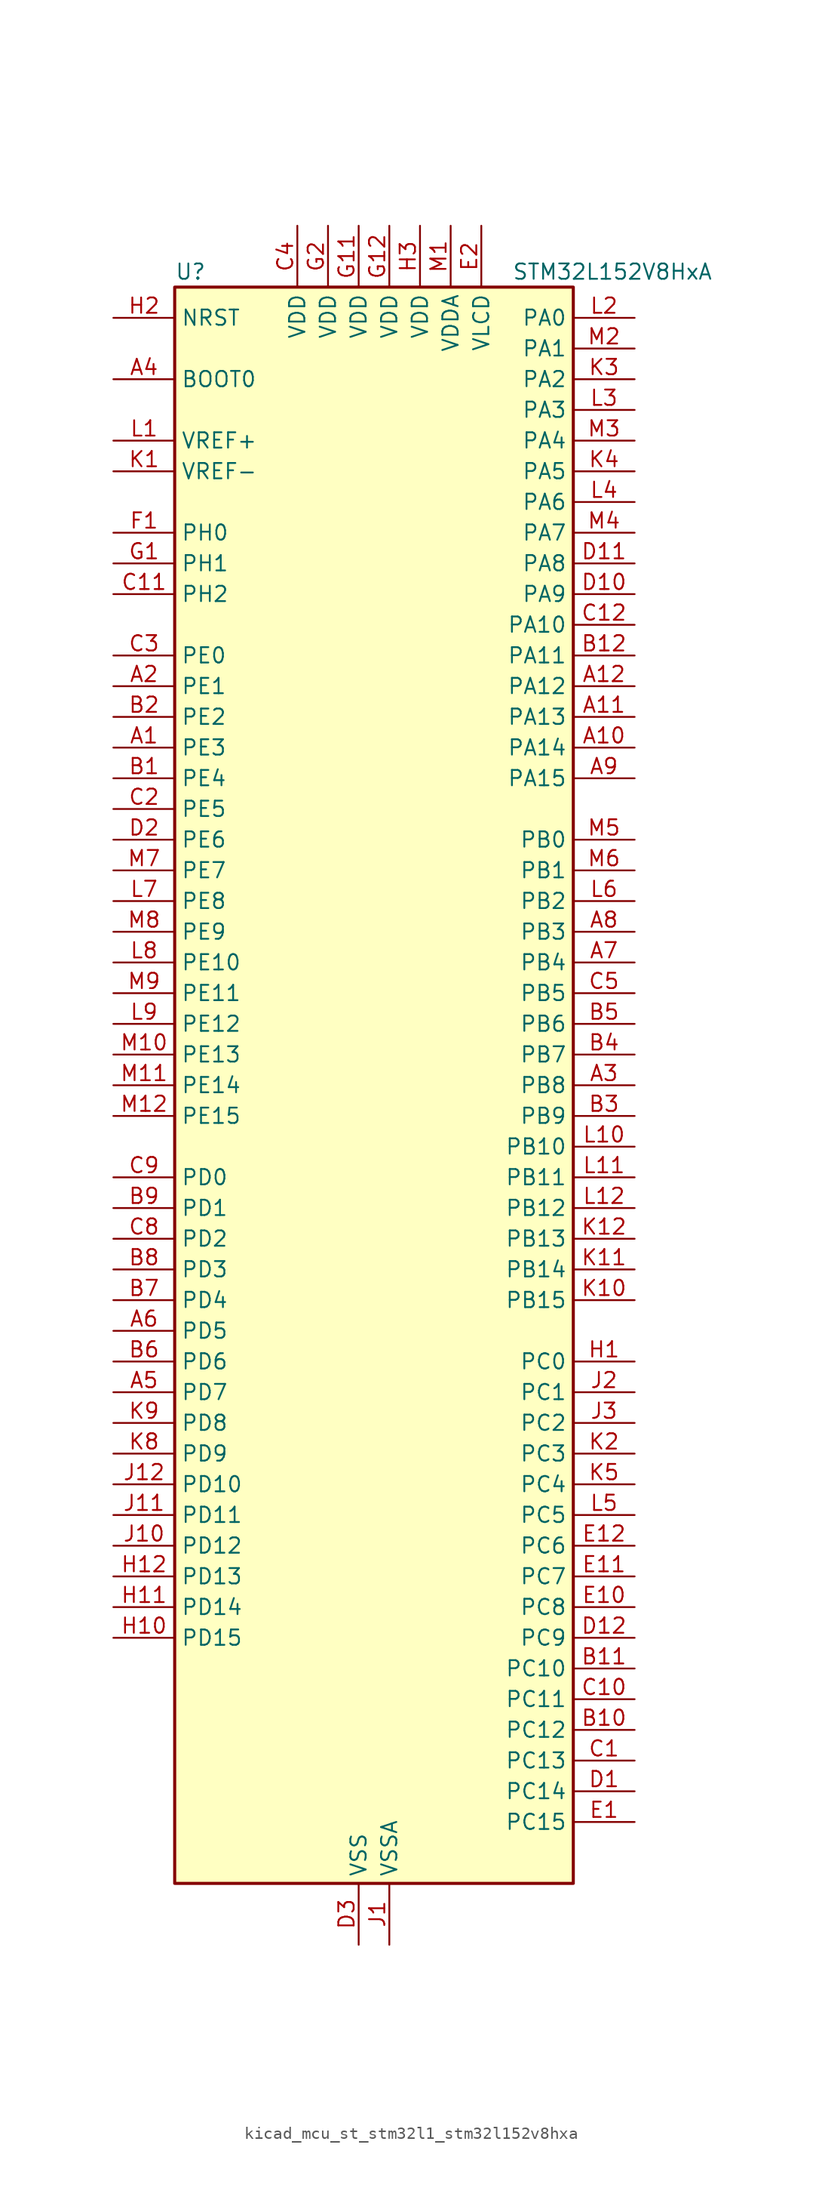
<source format=kicad_sym>
(kicad_symbol_lib
  (version 20220914)
  (generator kicad_symbol_editor)
  (symbol "kicad_mcu_st_stm32l1_stm32l152v8hxa"
    (property "Reference" "U"
      (at -15.24 67.31 0)
      (effects (font (size 1.27 1.27)) (justify left)))
    (property "Value" "STM32L152V8HxA"
      (at 12.7 67.31 0)
      (effects (font (size 1.27 1.27)) (justify left)))
    (property "ki_locked" ""
      (at 0 0 0)
      (effects (font (size 1.27 1.27))))
    (symbol "kicad_mcu_st_stm32l1_stm32l152v8hxa_0_1"
      (rectangle (start -15.24 -66.04) (end 17.78 66.04) (stroke (width 0.254) (type default)) (fill (type background))))
    (symbol "kicad_mcu_st_stm32l1_stm32l152v8hxa_1_1"
      (pin bidirectional line (at -20.32 27.94 0) (length 5.08) (name "PE3" (effects (font (size 1.27 1.27)))) (number "A1" (effects (font (size 1.27 1.27)))) (alternate "LCD_SEG39" bidirectional line) (alternate "SYS_TRACED0" bidirectional line) (alternate "TIM3_CH1" bidirectional line) (alternate "TIMX_IC4" bidirectional line))
      (pin bidirectional line (at 22.86 27.94 180) (length 5.08) (name "PA14" (effects (font (size 1.27 1.27)))) (number "A10" (effects (font (size 1.27 1.27)))) (alternate "SYS_JTCK-SWCLK" bidirectional line) (alternate "TIMX_IC3" bidirectional line) (alternate "TS_G5_IO2" bidirectional line))
      (pin bidirectional line (at 22.86 30.48 180) (length 5.08) (name "PA13" (effects (font (size 1.27 1.27)))) (number "A11" (effects (font (size 1.27 1.27)))) (alternate "SYS_JTMS-SWDIO" bidirectional line) (alternate "TIMX_IC2" bidirectional line) (alternate "TS_G5_IO1" bidirectional line))
      (pin bidirectional line (at 22.86 33.02 180) (length 5.08) (name "PA12" (effects (font (size 1.27 1.27)))) (number "A12" (effects (font (size 1.27 1.27)))) (alternate "SPI1_MOSI" bidirectional line) (alternate "TIMX_IC1" bidirectional line) (alternate "USART1_RTS" bidirectional line) (alternate "USB_DP" bidirectional line))
      (pin bidirectional line (at -20.32 33.02 0) (length 5.08) (name "PE1" (effects (font (size 1.27 1.27)))) (number "A2" (effects (font (size 1.27 1.27)))) (alternate "LCD_SEG37" bidirectional line) (alternate "TIM11_CH1" bidirectional line) (alternate "TIMX_IC2" bidirectional line))
      (pin bidirectional line (at 22.86 0 180) (length 5.08) (name "PB8" (effects (font (size 1.27 1.27)))) (number "A3" (effects (font (size 1.27 1.27)))) (alternate "I2C1_SCL" bidirectional line) (alternate "LCD_SEG16" bidirectional line) (alternate "TIM10_CH1" bidirectional line) (alternate "TIM4_CH3" bidirectional line))
      (pin input line (at -20.32 58.42 0) (length 5.08) (name "BOOT0" (effects (font (size 1.27 1.27)))) (number "A4" (effects (font (size 1.27 1.27)))))
      (pin bidirectional line (at -20.32 -25.4 0) (length 5.08) (name "PD7" (effects (font (size 1.27 1.27)))) (number "A5" (effects (font (size 1.27 1.27)))) (alternate "TIM9_CH2" bidirectional line) (alternate "TIMX_IC4" bidirectional line) (alternate "USART2_CK" bidirectional line))
      (pin bidirectional line (at -20.32 -20.32 0) (length 5.08) (name "PD5" (effects (font (size 1.27 1.27)))) (number "A6" (effects (font (size 1.27 1.27)))) (alternate "TIMX_IC2" bidirectional line) (alternate "USART2_TX" bidirectional line))
      (pin bidirectional line (at 22.86 10.16 180) (length 5.08) (name "PB4" (effects (font (size 1.27 1.27)))) (number "A7" (effects (font (size 1.27 1.27)))) (alternate "COMP2_INP" bidirectional line) (alternate "LCD_SEG8" bidirectional line) (alternate "SPI1_MISO" bidirectional line) (alternate "SYS_JTRST" bidirectional line) (alternate "TIM3_CH1" bidirectional line) (alternate "TS_G6_IO1" bidirectional line))
      (pin bidirectional line (at 22.86 12.7 180) (length 5.08) (name "PB3" (effects (font (size 1.27 1.27)))) (number "A8" (effects (font (size 1.27 1.27)))) (alternate "COMP2_INM" bidirectional line) (alternate "LCD_SEG7" bidirectional line) (alternate "SPI1_SCK" bidirectional line) (alternate "SYS_JTDO-TRACESWO" bidirectional line) (alternate "TIM2_CH2" bidirectional line))
      (pin bidirectional line (at 22.86 25.4 180) (length 5.08) (name "PA15" (effects (font (size 1.27 1.27)))) (number "A9" (effects (font (size 1.27 1.27)))) (alternate "ADC_EXTI15" bidirectional line) (alternate "LCD_SEG17" bidirectional line) (alternate "SPI1_NSS" bidirectional line) (alternate "SYS_JTDI" bidirectional line) (alternate "TIM2_CH1" bidirectional line) (alternate "TIM2_ETR" bidirectional line) (alternate "TIMX_IC4" bidirectional line) (alternate "TS_G5_IO3" bidirectional line))
      (pin bidirectional line (at -20.32 25.4 0) (length 5.08) (name "PE4" (effects (font (size 1.27 1.27)))) (number "B1" (effects (font (size 1.27 1.27)))) (alternate "SYS_TRACED1" bidirectional line) (alternate "TIM3_CH2" bidirectional line) (alternate "TIMX_IC1" bidirectional line))
      (pin bidirectional line (at 22.86 -53.34 180) (length 5.08) (name "PC12" (effects (font (size 1.27 1.27)))) (number "B10" (effects (font (size 1.27 1.27)))) (alternate "LCD_COM6" bidirectional line) (alternate "LCD_SEG30" bidirectional line) (alternate "LCD_SEG42" bidirectional line) (alternate "TIMX_IC1" bidirectional line) (alternate "USART3_CK" bidirectional line))
      (pin bidirectional line (at 22.86 -48.26 180) (length 5.08) (name "PC10" (effects (font (size 1.27 1.27)))) (number "B11" (effects (font (size 1.27 1.27)))) (alternate "LCD_COM4" bidirectional line) (alternate "LCD_SEG28" bidirectional line) (alternate "LCD_SEG40" bidirectional line) (alternate "TIMX_IC3" bidirectional line) (alternate "USART3_TX" bidirectional line))
      (pin bidirectional line (at 22.86 35.56 180) (length 5.08) (name "PA11" (effects (font (size 1.27 1.27)))) (number "B12" (effects (font (size 1.27 1.27)))) (alternate "ADC_EXTI11" bidirectional line) (alternate "SPI1_MISO" bidirectional line) (alternate "TIMX_IC4" bidirectional line) (alternate "USART1_CTS" bidirectional line) (alternate "USB_DM" bidirectional line))
      (pin bidirectional line (at -20.32 30.48 0) (length 5.08) (name "PE2" (effects (font (size 1.27 1.27)))) (number "B2" (effects (font (size 1.27 1.27)))) (alternate "LCD_SEG38" bidirectional line) (alternate "SYS_TRACECK" bidirectional line) (alternate "TIM3_ETR" bidirectional line) (alternate "TIMX_IC3" bidirectional line))
      (pin bidirectional line (at 22.86 -2.54 180) (length 5.08) (name "PB9" (effects (font (size 1.27 1.27)))) (number "B3" (effects (font (size 1.27 1.27)))) (alternate "DAC_EXTI9" bidirectional line) (alternate "I2C1_SDA" bidirectional line) (alternate "LCD_COM3" bidirectional line) (alternate "TIM11_CH1" bidirectional line) (alternate "TIM4_CH4" bidirectional line))
      (pin bidirectional line (at 22.86 2.54 180) (length 5.08) (name "PB7" (effects (font (size 1.27 1.27)))) (number "B4" (effects (font (size 1.27 1.27)))) (alternate "I2C1_SDA" bidirectional line) (alternate "SYS_PVD_IN" bidirectional line) (alternate "TIM4_CH2" bidirectional line) (alternate "TS_G6_IO4" bidirectional line) (alternate "USART1_RX" bidirectional line))
      (pin bidirectional line (at 22.86 5.08 180) (length 5.08) (name "PB6" (effects (font (size 1.27 1.27)))) (number "B5" (effects (font (size 1.27 1.27)))) (alternate "I2C1_SCL" bidirectional line) (alternate "TIM4_CH1" bidirectional line) (alternate "TS_G6_IO3" bidirectional line) (alternate "USART1_TX" bidirectional line))
      (pin bidirectional line (at -20.32 -22.86 0) (length 5.08) (name "PD6" (effects (font (size 1.27 1.27)))) (number "B6" (effects (font (size 1.27 1.27)))) (alternate "TIMX_IC3" bidirectional line) (alternate "USART2_RX" bidirectional line))
      (pin bidirectional line (at -20.32 -17.78 0) (length 5.08) (name "PD4" (effects (font (size 1.27 1.27)))) (number "B7" (effects (font (size 1.27 1.27)))) (alternate "SPI2_MOSI" bidirectional line) (alternate "TIMX_IC1" bidirectional line) (alternate "USART2_RTS" bidirectional line))
      (pin bidirectional line (at -20.32 -15.24 0) (length 5.08) (name "PD3" (effects (font (size 1.27 1.27)))) (number "B8" (effects (font (size 1.27 1.27)))) (alternate "SPI2_MISO" bidirectional line) (alternate "TIMX_IC4" bidirectional line) (alternate "USART2_CTS" bidirectional line))
      (pin bidirectional line (at -20.32 -10.16 0) (length 5.08) (name "PD1" (effects (font (size 1.27 1.27)))) (number "B9" (effects (font (size 1.27 1.27)))) (alternate "SPI2_SCK" bidirectional line) (alternate "TIMX_IC2" bidirectional line))
      (pin bidirectional line (at 22.86 -55.88 180) (length 5.08) (name "PC13" (effects (font (size 1.27 1.27)))) (number "C1" (effects (font (size 1.27 1.27)))) (alternate "RTC_OUT_ALARM" bidirectional line) (alternate "RTC_OUT_CALIB" bidirectional line) (alternate "RTC_TAMP1" bidirectional line) (alternate "RTC_TS" bidirectional line) (alternate "SYS_WKUP2" bidirectional line) (alternate "TIMX_IC2" bidirectional line))
      (pin bidirectional line (at 22.86 -50.8 180) (length 5.08) (name "PC11" (effects (font (size 1.27 1.27)))) (number "C10" (effects (font (size 1.27 1.27)))) (alternate "ADC_EXTI11" bidirectional line) (alternate "LCD_COM5" bidirectional line) (alternate "LCD_SEG29" bidirectional line) (alternate "LCD_SEG41" bidirectional line) (alternate "TIMX_IC4" bidirectional line) (alternate "USART3_RX" bidirectional line))
      (pin bidirectional line (at -20.32 40.64 0) (length 5.08) (name "PH2" (effects (font (size 1.27 1.27)))) (number "C11" (effects (font (size 1.27 1.27)))))
      (pin bidirectional line (at 22.86 38.1 180) (length 5.08) (name "PA10" (effects (font (size 1.27 1.27)))) (number "C12" (effects (font (size 1.27 1.27)))) (alternate "LCD_COM2" bidirectional line) (alternate "TIMX_IC3" bidirectional line) (alternate "TS_G4_IO3" bidirectional line) (alternate "USART1_RX" bidirectional line))
      (pin bidirectional line (at -20.32 22.86 0) (length 5.08) (name "PE5" (effects (font (size 1.27 1.27)))) (number "C2" (effects (font (size 1.27 1.27)))) (alternate "SYS_TRACED2" bidirectional line) (alternate "TIM9_CH1" bidirectional line) (alternate "TIMX_IC2" bidirectional line))
      (pin bidirectional line (at -20.32 35.56 0) (length 5.08) (name "PE0" (effects (font (size 1.27 1.27)))) (number "C3" (effects (font (size 1.27 1.27)))) (alternate "LCD_SEG36" bidirectional line) (alternate "TIM10_CH1" bidirectional line) (alternate "TIM4_ETR" bidirectional line) (alternate "TIMX_IC1" bidirectional line))
      (pin power_in line (at -5.08 71.12 270) (length 5.08) (name "VDD" (effects (font (size 1.27 1.27)))) (number "C4" (effects (font (size 1.27 1.27)))))
      (pin bidirectional line (at 22.86 7.62 180) (length 5.08) (name "PB5" (effects (font (size 1.27 1.27)))) (number "C5" (effects (font (size 1.27 1.27)))) (alternate "COMP2_INP" bidirectional line) (alternate "I2C1_SMBA" bidirectional line) (alternate "LCD_SEG9" bidirectional line) (alternate "SPI1_MOSI" bidirectional line) (alternate "TIM3_CH2" bidirectional line) (alternate "TS_G6_IO2" bidirectional line))
      (pin bidirectional line (at -20.32 -12.7 0) (length 5.08) (name "PD2" (effects (font (size 1.27 1.27)))) (number "C8" (effects (font (size 1.27 1.27)))) (alternate "LCD_COM7" bidirectional line) (alternate "LCD_SEG31" bidirectional line) (alternate "LCD_SEG43" bidirectional line) (alternate "TIM3_ETR" bidirectional line) (alternate "TIMX_IC3" bidirectional line))
      (pin bidirectional line (at -20.32 -7.62 0) (length 5.08) (name "PD0" (effects (font (size 1.27 1.27)))) (number "C9" (effects (font (size 1.27 1.27)))) (alternate "SPI2_NSS" bidirectional line) (alternate "TIM9_CH1" bidirectional line) (alternate "TIMX_IC1" bidirectional line))
      (pin bidirectional line (at 22.86 -58.42 180) (length 5.08) (name "PC14" (effects (font (size 1.27 1.27)))) (number "D1" (effects (font (size 1.27 1.27)))) (alternate "RCC_OSC32_IN" bidirectional line) (alternate "TIMX_IC3" bidirectional line))
      (pin bidirectional line (at 22.86 40.64 180) (length 5.08) (name "PA9" (effects (font (size 1.27 1.27)))) (number "D10" (effects (font (size 1.27 1.27)))) (alternate "DAC_EXTI9" bidirectional line) (alternate "LCD_COM1" bidirectional line) (alternate "TIMX_IC2" bidirectional line) (alternate "TS_G4_IO2" bidirectional line) (alternate "USART1_TX" bidirectional line))
      (pin bidirectional line (at 22.86 43.18 180) (length 5.08) (name "PA8" (effects (font (size 1.27 1.27)))) (number "D11" (effects (font (size 1.27 1.27)))) (alternate "LCD_COM0" bidirectional line) (alternate "RCC_MCO" bidirectional line) (alternate "TIMX_IC1" bidirectional line) (alternate "TS_G4_IO1" bidirectional line) (alternate "USART1_CK" bidirectional line))
      (pin bidirectional line (at 22.86 -45.72 180) (length 5.08) (name "PC9" (effects (font (size 1.27 1.27)))) (number "D12" (effects (font (size 1.27 1.27)))) (alternate "DAC_EXTI9" bidirectional line) (alternate "LCD_SEG27" bidirectional line) (alternate "TIM3_CH4" bidirectional line) (alternate "TIMX_IC2" bidirectional line) (alternate "TS_G10_IO4" bidirectional line))
      (pin bidirectional line (at -20.32 20.32 0) (length 5.08) (name "PE6" (effects (font (size 1.27 1.27)))) (number "D2" (effects (font (size 1.27 1.27)))) (alternate "RTC_TAMP3" bidirectional line) (alternate "SYS_TRACED3" bidirectional line) (alternate "SYS_WKUP3" bidirectional line) (alternate "TIM9_CH2" bidirectional line) (alternate "TIMX_IC3" bidirectional line))
      (pin power_in line (at 0 -71.12 90) (length 5.08) (name "VSS" (effects (font (size 1.27 1.27)))) (number "D3" (effects (font (size 1.27 1.27)))))
      (pin bidirectional line (at 22.86 -60.96 180) (length 5.08) (name "PC15" (effects (font (size 1.27 1.27)))) (number "E1" (effects (font (size 1.27 1.27)))) (alternate "ADC_EXTI15" bidirectional line) (alternate "RCC_OSC32_OUT" bidirectional line) (alternate "TIMX_IC4" bidirectional line))
      (pin bidirectional line (at 22.86 -43.18 180) (length 5.08) (name "PC8" (effects (font (size 1.27 1.27)))) (number "E10" (effects (font (size 1.27 1.27)))) (alternate "LCD_SEG26" bidirectional line) (alternate "TIM3_CH3" bidirectional line) (alternate "TIMX_IC1" bidirectional line) (alternate "TS_G10_IO3" bidirectional line))
      (pin bidirectional line (at 22.86 -40.64 180) (length 5.08) (name "PC7" (effects (font (size 1.27 1.27)))) (number "E11" (effects (font (size 1.27 1.27)))) (alternate "LCD_SEG25" bidirectional line) (alternate "TIM3_CH2" bidirectional line) (alternate "TIMX_IC4" bidirectional line) (alternate "TS_G10_IO2" bidirectional line))
      (pin bidirectional line (at 22.86 -38.1 180) (length 5.08) (name "PC6" (effects (font (size 1.27 1.27)))) (number "E12" (effects (font (size 1.27 1.27)))) (alternate "LCD_SEG24" bidirectional line) (alternate "TIM3_CH1" bidirectional line) (alternate "TIMX_IC3" bidirectional line) (alternate "TS_G10_IO1" bidirectional line))
      (pin power_in line (at 10.16 71.12 270) (length 5.08) (name "VLCD" (effects (font (size 1.27 1.27)))) (number "E2" (effects (font (size 1.27 1.27)))))
      (pin passive line (at 0 -71.12 90) (length 5.08) hide (name "VSS" (effects (font (size 1.27 1.27)))) (number "E3" (effects (font (size 1.27 1.27)))))
      (pin bidirectional line (at -20.32 45.72 0) (length 5.08) (name "PH0" (effects (font (size 1.27 1.27)))) (number "F1" (effects (font (size 1.27 1.27)))) (alternate "RCC_OSC_IN" bidirectional line))
      (pin passive line (at 0 -71.12 90) (length 5.08) hide (name "VSS" (effects (font (size 1.27 1.27)))) (number "F11" (effects (font (size 1.27 1.27)))))
      (pin passive line (at 0 -71.12 90) (length 5.08) hide (name "VSS" (effects (font (size 1.27 1.27)))) (number "F12" (effects (font (size 1.27 1.27)))))
      (pin passive line (at 0 -71.12 90) (length 5.08) hide (name "VSS" (effects (font (size 1.27 1.27)))) (number "F2" (effects (font (size 1.27 1.27)))))
      (pin bidirectional line (at -20.32 43.18 0) (length 5.08) (name "PH1" (effects (font (size 1.27 1.27)))) (number "G1" (effects (font (size 1.27 1.27)))) (alternate "RCC_OSC_OUT" bidirectional line))
      (pin power_in line (at 0 71.12 270) (length 5.08) (name "VDD" (effects (font (size 1.27 1.27)))) (number "G11" (effects (font (size 1.27 1.27)))))
      (pin power_in line (at 2.54 71.12 270) (length 5.08) (name "VDD" (effects (font (size 1.27 1.27)))) (number "G12" (effects (font (size 1.27 1.27)))))
      (pin power_in line (at -2.54 71.12 270) (length 5.08) (name "VDD" (effects (font (size 1.27 1.27)))) (number "G2" (effects (font (size 1.27 1.27)))))
      (pin bidirectional line (at 22.86 -22.86 180) (length 5.08) (name "PC0" (effects (font (size 1.27 1.27)))) (number "H1" (effects (font (size 1.27 1.27)))) (alternate "ADC_IN10" bidirectional line) (alternate "COMP1_INP" bidirectional line) (alternate "LCD_SEG18" bidirectional line) (alternate "TIMX_IC1" bidirectional line) (alternate "TS_G8_IO1" bidirectional line))
      (pin bidirectional line (at -20.32 -45.72 0) (length 5.08) (name "PD15" (effects (font (size 1.27 1.27)))) (number "H10" (effects (font (size 1.27 1.27)))) (alternate "ADC_EXTI15" bidirectional line) (alternate "LCD_SEG35" bidirectional line) (alternate "TIM4_CH4" bidirectional line) (alternate "TIMX_IC4" bidirectional line))
      (pin bidirectional line (at -20.32 -43.18 0) (length 5.08) (name "PD14" (effects (font (size 1.27 1.27)))) (number "H11" (effects (font (size 1.27 1.27)))) (alternate "LCD_SEG34" bidirectional line) (alternate "TIM4_CH3" bidirectional line) (alternate "TIMX_IC3" bidirectional line))
      (pin bidirectional line (at -20.32 -40.64 0) (length 5.08) (name "PD13" (effects (font (size 1.27 1.27)))) (number "H12" (effects (font (size 1.27 1.27)))) (alternate "LCD_SEG33" bidirectional line) (alternate "TIM4_CH2" bidirectional line) (alternate "TIMX_IC2" bidirectional line))
      (pin input line (at -20.32 63.5 0) (length 5.08) (name "NRST" (effects (font (size 1.27 1.27)))) (number "H2" (effects (font (size 1.27 1.27)))))
      (pin power_in line (at 5.08 71.12 270) (length 5.08) (name "VDD" (effects (font (size 1.27 1.27)))) (number "H3" (effects (font (size 1.27 1.27)))))
      (pin power_in line (at 2.54 -71.12 90) (length 5.08) (name "VSSA" (effects (font (size 1.27 1.27)))) (number "J1" (effects (font (size 1.27 1.27)))))
      (pin bidirectional line (at -20.32 -38.1 0) (length 5.08) (name "PD12" (effects (font (size 1.27 1.27)))) (number "J10" (effects (font (size 1.27 1.27)))) (alternate "LCD_SEG32" bidirectional line) (alternate "TIM4_CH1" bidirectional line) (alternate "TIMX_IC1" bidirectional line) (alternate "USART3_RTS" bidirectional line))
      (pin bidirectional line (at -20.32 -35.56 0) (length 5.08) (name "PD11" (effects (font (size 1.27 1.27)))) (number "J11" (effects (font (size 1.27 1.27)))) (alternate "ADC_EXTI11" bidirectional line) (alternate "LCD_SEG31" bidirectional line) (alternate "TIMX_IC4" bidirectional line) (alternate "USART3_CTS" bidirectional line))
      (pin bidirectional line (at -20.32 -33.02 0) (length 5.08) (name "PD10" (effects (font (size 1.27 1.27)))) (number "J12" (effects (font (size 1.27 1.27)))) (alternate "LCD_SEG30" bidirectional line) (alternate "TIMX_IC3" bidirectional line) (alternate "USART3_CK" bidirectional line))
      (pin bidirectional line (at 22.86 -25.4 180) (length 5.08) (name "PC1" (effects (font (size 1.27 1.27)))) (number "J2" (effects (font (size 1.27 1.27)))) (alternate "ADC_IN11" bidirectional line) (alternate "COMP1_INP" bidirectional line) (alternate "LCD_SEG19" bidirectional line) (alternate "TIMX_IC2" bidirectional line) (alternate "TS_G8_IO2" bidirectional line))
      (pin bidirectional line (at 22.86 -27.94 180) (length 5.08) (name "PC2" (effects (font (size 1.27 1.27)))) (number "J3" (effects (font (size 1.27 1.27)))) (alternate "ADC_IN12" bidirectional line) (alternate "COMP1_INP" bidirectional line) (alternate "LCD_SEG20" bidirectional line) (alternate "TIMX_IC3" bidirectional line) (alternate "TS_G8_IO3" bidirectional line))
      (pin input line (at -20.32 50.8 0) (length 5.08) (name "VREF-" (effects (font (size 1.27 1.27)))) (number "K1" (effects (font (size 1.27 1.27)))))
      (pin bidirectional line (at 22.86 -17.78 180) (length 5.08) (name "PB15" (effects (font (size 1.27 1.27)))) (number "K10" (effects (font (size 1.27 1.27)))) (alternate "ADC_EXTI15" bidirectional line) (alternate "ADC_IN21" bidirectional line) (alternate "COMP1_INP" bidirectional line) (alternate "LCD_SEG15" bidirectional line) (alternate "RTC_REFIN" bidirectional line) (alternate "SPI2_MOSI" bidirectional line) (alternate "TIM11_CH1" bidirectional line) (alternate "TS_G7_IO4" bidirectional line))
      (pin bidirectional line (at 22.86 -15.24 180) (length 5.08) (name "PB14" (effects (font (size 1.27 1.27)))) (number "K11" (effects (font (size 1.27 1.27)))) (alternate "ADC_IN20" bidirectional line) (alternate "COMP1_INP" bidirectional line) (alternate "LCD_SEG14" bidirectional line) (alternate "SPI2_MISO" bidirectional line) (alternate "TIM9_CH2" bidirectional line) (alternate "TS_G7_IO3" bidirectional line) (alternate "USART3_RTS" bidirectional line))
      (pin bidirectional line (at 22.86 -12.7 180) (length 5.08) (name "PB13" (effects (font (size 1.27 1.27)))) (number "K12" (effects (font (size 1.27 1.27)))) (alternate "ADC_IN19" bidirectional line) (alternate "COMP1_INP" bidirectional line) (alternate "LCD_SEG13" bidirectional line) (alternate "SPI2_SCK" bidirectional line) (alternate "TIM9_CH1" bidirectional line) (alternate "TS_G7_IO2" bidirectional line) (alternate "USART3_CTS" bidirectional line))
      (pin bidirectional line (at 22.86 -30.48 180) (length 5.08) (name "PC3" (effects (font (size 1.27 1.27)))) (number "K2" (effects (font (size 1.27 1.27)))) (alternate "ADC_IN13" bidirectional line) (alternate "COMP1_INP" bidirectional line) (alternate "LCD_SEG21" bidirectional line) (alternate "TIMX_IC4" bidirectional line) (alternate "TS_G8_IO4" bidirectional line))
      (pin bidirectional line (at 22.86 58.42 180) (length 5.08) (name "PA2" (effects (font (size 1.27 1.27)))) (number "K3" (effects (font (size 1.27 1.27)))) (alternate "ADC_IN2" bidirectional line) (alternate "COMP1_INP" bidirectional line) (alternate "LCD_SEG1" bidirectional line) (alternate "TIM2_CH3" bidirectional line) (alternate "TIM9_CH1" bidirectional line) (alternate "TIMX_IC3" bidirectional line) (alternate "TS_G1_IO3" bidirectional line) (alternate "USART2_TX" bidirectional line))
      (pin bidirectional line (at 22.86 50.8 180) (length 5.08) (name "PA5" (effects (font (size 1.27 1.27)))) (number "K4" (effects (font (size 1.27 1.27)))) (alternate "ADC_IN5" bidirectional line) (alternate "COMP1_INP" bidirectional line) (alternate "DAC_OUT2" bidirectional line) (alternate "SPI1_SCK" bidirectional line) (alternate "TIM2_CH1" bidirectional line) (alternate "TIM2_ETR" bidirectional line) (alternate "TIMX_IC2" bidirectional line))
      (pin bidirectional line (at 22.86 -33.02 180) (length 5.08) (name "PC4" (effects (font (size 1.27 1.27)))) (number "K5" (effects (font (size 1.27 1.27)))) (alternate "ADC_IN14" bidirectional line) (alternate "COMP1_INP" bidirectional line) (alternate "LCD_SEG22" bidirectional line) (alternate "TIMX_IC1" bidirectional line) (alternate "TS_G9_IO1" bidirectional line))
      (pin bidirectional line (at -20.32 -30.48 0) (length 5.08) (name "PD9" (effects (font (size 1.27 1.27)))) (number "K8" (effects (font (size 1.27 1.27)))) (alternate "DAC_EXTI9" bidirectional line) (alternate "LCD_SEG29" bidirectional line) (alternate "TIMX_IC2" bidirectional line) (alternate "USART3_RX" bidirectional line))
      (pin bidirectional line (at -20.32 -27.94 0) (length 5.08) (name "PD8" (effects (font (size 1.27 1.27)))) (number "K9" (effects (font (size 1.27 1.27)))) (alternate "LCD_SEG28" bidirectional line) (alternate "TIMX_IC1" bidirectional line) (alternate "USART3_TX" bidirectional line))
      (pin input line (at -20.32 53.34 0) (length 5.08) (name "VREF+" (effects (font (size 1.27 1.27)))) (number "L1" (effects (font (size 1.27 1.27)))))
      (pin bidirectional line (at 22.86 -5.08 180) (length 5.08) (name "PB10" (effects (font (size 1.27 1.27)))) (number "L10" (effects (font (size 1.27 1.27)))) (alternate "I2C2_SCL" bidirectional line) (alternate "LCD_SEG10" bidirectional line) (alternate "TIM2_CH3" bidirectional line) (alternate "USART3_TX" bidirectional line))
      (pin bidirectional line (at 22.86 -7.62 180) (length 5.08) (name "PB11" (effects (font (size 1.27 1.27)))) (number "L11" (effects (font (size 1.27 1.27)))) (alternate "ADC_EXTI11" bidirectional line) (alternate "I2C2_SDA" bidirectional line) (alternate "LCD_SEG11" bidirectional line) (alternate "TIM2_CH4" bidirectional line) (alternate "USART3_RX" bidirectional line))
      (pin bidirectional line (at 22.86 -10.16 180) (length 5.08) (name "PB12" (effects (font (size 1.27 1.27)))) (number "L12" (effects (font (size 1.27 1.27)))) (alternate "ADC_IN18" bidirectional line) (alternate "COMP1_INP" bidirectional line) (alternate "I2C2_SMBA" bidirectional line) (alternate "LCD_SEG12" bidirectional line) (alternate "SPI2_NSS" bidirectional line) (alternate "TIM10_CH1" bidirectional line) (alternate "TS_G7_IO1" bidirectional line) (alternate "USART3_CK" bidirectional line))
      (pin bidirectional line (at 22.86 63.5 180) (length 5.08) (name "PA0" (effects (font (size 1.27 1.27)))) (number "L2" (effects (font (size 1.27 1.27)))) (alternate "ADC_IN0" bidirectional line) (alternate "COMP1_INP" bidirectional line) (alternate "RTC_TAMP2" bidirectional line) (alternate "SYS_WKUP1" bidirectional line) (alternate "TIM2_CH1" bidirectional line) (alternate "TIM2_ETR" bidirectional line) (alternate "TIMX_IC1" bidirectional line) (alternate "TS_G1_IO1" bidirectional line) (alternate "USART2_CTS" bidirectional line))
      (pin bidirectional line (at 22.86 55.88 180) (length 5.08) (name "PA3" (effects (font (size 1.27 1.27)))) (number "L3" (effects (font (size 1.27 1.27)))) (alternate "ADC_IN3" bidirectional line) (alternate "COMP1_INP" bidirectional line) (alternate "LCD_SEG2" bidirectional line) (alternate "TIM2_CH4" bidirectional line) (alternate "TIM9_CH2" bidirectional line) (alternate "TIMX_IC4" bidirectional line) (alternate "TS_G1_IO4" bidirectional line) (alternate "USART2_RX" bidirectional line))
      (pin bidirectional line (at 22.86 48.26 180) (length 5.08) (name "PA6" (effects (font (size 1.27 1.27)))) (number "L4" (effects (font (size 1.27 1.27)))) (alternate "ADC_IN6" bidirectional line) (alternate "COMP1_INP" bidirectional line) (alternate "LCD_SEG3" bidirectional line) (alternate "SPI1_MISO" bidirectional line) (alternate "TIM10_CH1" bidirectional line) (alternate "TIM3_CH1" bidirectional line) (alternate "TIMX_IC3" bidirectional line) (alternate "TS_G2_IO1" bidirectional line))
      (pin bidirectional line (at 22.86 -35.56 180) (length 5.08) (name "PC5" (effects (font (size 1.27 1.27)))) (number "L5" (effects (font (size 1.27 1.27)))) (alternate "ADC_IN15" bidirectional line) (alternate "COMP1_INP" bidirectional line) (alternate "LCD_SEG23" bidirectional line) (alternate "TIMX_IC2" bidirectional line) (alternate "TS_G9_IO2" bidirectional line))
      (pin bidirectional line (at 22.86 15.24 180) (length 5.08) (name "PB2" (effects (font (size 1.27 1.27)))) (number "L6" (effects (font (size 1.27 1.27)))) (alternate "TS_G3_IO3" bidirectional line))
      (pin bidirectional line (at -20.32 15.24 0) (length 5.08) (name "PE8" (effects (font (size 1.27 1.27)))) (number "L7" (effects (font (size 1.27 1.27)))) (alternate "ADC_IN23" bidirectional line) (alternate "COMP1_INP" bidirectional line) (alternate "TIMX_IC1" bidirectional line))
      (pin bidirectional line (at -20.32 10.16 0) (length 5.08) (name "PE10" (effects (font (size 1.27 1.27)))) (number "L8" (effects (font (size 1.27 1.27)))) (alternate "ADC_IN25" bidirectional line) (alternate "COMP1_INP" bidirectional line) (alternate "TIM2_CH2" bidirectional line) (alternate "TIMX_IC3" bidirectional line))
      (pin bidirectional line (at -20.32 5.08 0) (length 5.08) (name "PE12" (effects (font (size 1.27 1.27)))) (number "L9" (effects (font (size 1.27 1.27)))) (alternate "SPI1_NSS" bidirectional line) (alternate "TIM2_CH4" bidirectional line) (alternate "TIMX_IC1" bidirectional line))
      (pin power_in line (at 7.62 71.12 270) (length 5.08) (name "VDDA" (effects (font (size 1.27 1.27)))) (number "M1" (effects (font (size 1.27 1.27)))))
      (pin bidirectional line (at -20.32 2.54 0) (length 5.08) (name "PE13" (effects (font (size 1.27 1.27)))) (number "M10" (effects (font (size 1.27 1.27)))) (alternate "SPI1_SCK" bidirectional line) (alternate "TIMX_IC2" bidirectional line))
      (pin bidirectional line (at -20.32 0 0) (length 5.08) (name "PE14" (effects (font (size 1.27 1.27)))) (number "M11" (effects (font (size 1.27 1.27)))) (alternate "SPI1_MISO" bidirectional line) (alternate "TIMX_IC3" bidirectional line))
      (pin bidirectional line (at -20.32 -2.54 0) (length 5.08) (name "PE15" (effects (font (size 1.27 1.27)))) (number "M12" (effects (font (size 1.27 1.27)))) (alternate "ADC_EXTI15" bidirectional line) (alternate "SPI1_MOSI" bidirectional line) (alternate "TIMX_IC4" bidirectional line))
      (pin bidirectional line (at 22.86 60.96 180) (length 5.08) (name "PA1" (effects (font (size 1.27 1.27)))) (number "M2" (effects (font (size 1.27 1.27)))) (alternate "ADC_IN1" bidirectional line) (alternate "COMP1_INP" bidirectional line) (alternate "LCD_SEG0" bidirectional line) (alternate "TIM2_CH2" bidirectional line) (alternate "TIMX_IC2" bidirectional line) (alternate "TS_G1_IO2" bidirectional line) (alternate "USART2_RTS" bidirectional line))
      (pin bidirectional line (at 22.86 53.34 180) (length 5.08) (name "PA4" (effects (font (size 1.27 1.27)))) (number "M3" (effects (font (size 1.27 1.27)))) (alternate "ADC_IN4" bidirectional line) (alternate "COMP1_INP" bidirectional line) (alternate "DAC_OUT1" bidirectional line) (alternate "SPI1_NSS" bidirectional line) (alternate "TIMX_IC1" bidirectional line) (alternate "USART2_CK" bidirectional line))
      (pin bidirectional line (at 22.86 45.72 180) (length 5.08) (name "PA7" (effects (font (size 1.27 1.27)))) (number "M4" (effects (font (size 1.27 1.27)))) (alternate "ADC_IN7" bidirectional line) (alternate "COMP1_INP" bidirectional line) (alternate "LCD_SEG4" bidirectional line) (alternate "SPI1_MOSI" bidirectional line) (alternate "TIM11_CH1" bidirectional line) (alternate "TIM3_CH2" bidirectional line) (alternate "TIMX_IC4" bidirectional line) (alternate "TS_G2_IO2" bidirectional line))
      (pin bidirectional line (at 22.86 20.32 180) (length 5.08) (name "PB0" (effects (font (size 1.27 1.27)))) (number "M5" (effects (font (size 1.27 1.27)))) (alternate "ADC_IN8" bidirectional line) (alternate "COMP1_INP" bidirectional line) (alternate "LCD_SEG5" bidirectional line) (alternate "SYS_V_REF_OUT" bidirectional line) (alternate "TIM3_CH3" bidirectional line) (alternate "TS_G3_IO1" bidirectional line))
      (pin bidirectional line (at 22.86 17.78 180) (length 5.08) (name "PB1" (effects (font (size 1.27 1.27)))) (number "M6" (effects (font (size 1.27 1.27)))) (alternate "ADC_IN9" bidirectional line) (alternate "COMP1_INP" bidirectional line) (alternate "LCD_SEG6" bidirectional line) (alternate "SYS_V_REF_OUT" bidirectional line) (alternate "TIM3_CH4" bidirectional line) (alternate "TS_G3_IO2" bidirectional line))
      (pin bidirectional line (at -20.32 17.78 0) (length 5.08) (name "PE7" (effects (font (size 1.27 1.27)))) (number "M7" (effects (font (size 1.27 1.27)))) (alternate "ADC_IN22" bidirectional line) (alternate "COMP1_INP" bidirectional line) (alternate "TIMX_IC4" bidirectional line))
      (pin bidirectional line (at -20.32 12.7 0) (length 5.08) (name "PE9" (effects (font (size 1.27 1.27)))) (number "M8" (effects (font (size 1.27 1.27)))) (alternate "ADC_IN24" bidirectional line) (alternate "COMP1_INP" bidirectional line) (alternate "DAC_EXTI9" bidirectional line) (alternate "TIM2_CH1" bidirectional line) (alternate "TIM2_ETR" bidirectional line) (alternate "TIMX_IC2" bidirectional line))
      (pin bidirectional line (at -20.32 7.62 0) (length 5.08) (name "PE11" (effects (font (size 1.27 1.27)))) (number "M9" (effects (font (size 1.27 1.27)))) (alternate "ADC_EXTI11" bidirectional line) (alternate "TIM2_CH3" bidirectional line) (alternate "TIMX_IC4" bidirectional line)))))
</source>
